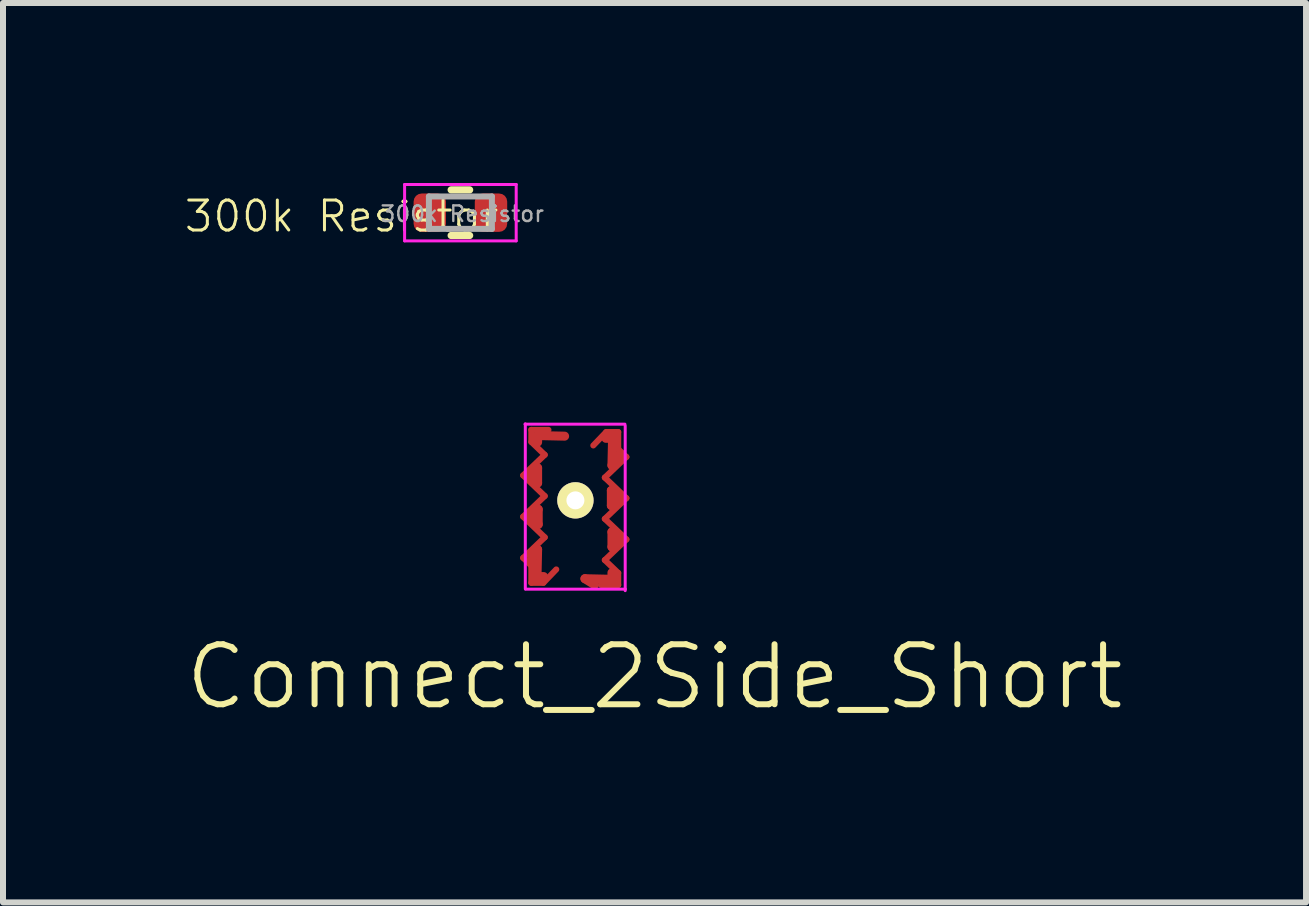
<source format=kicad_pcb>
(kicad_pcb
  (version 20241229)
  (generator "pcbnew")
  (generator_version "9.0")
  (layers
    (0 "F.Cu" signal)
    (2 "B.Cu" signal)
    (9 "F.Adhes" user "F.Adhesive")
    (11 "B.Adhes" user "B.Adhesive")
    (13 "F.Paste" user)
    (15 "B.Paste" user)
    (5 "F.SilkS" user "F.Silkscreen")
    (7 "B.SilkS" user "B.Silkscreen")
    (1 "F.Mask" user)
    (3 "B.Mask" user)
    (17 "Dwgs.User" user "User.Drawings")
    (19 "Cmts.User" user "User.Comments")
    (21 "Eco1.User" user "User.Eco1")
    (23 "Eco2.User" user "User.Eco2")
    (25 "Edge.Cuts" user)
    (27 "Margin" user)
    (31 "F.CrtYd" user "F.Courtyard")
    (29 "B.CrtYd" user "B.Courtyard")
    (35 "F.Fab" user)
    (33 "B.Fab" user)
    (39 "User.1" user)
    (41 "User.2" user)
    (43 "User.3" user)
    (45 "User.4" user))
  (footprint "300k Resistor"
    (layer "F.Cu")
    (at 4.644 0.495)
    (property "Reference" "300k Resistor" (at -2 0.06 0) (unlocked yes) (layer "F.SilkS") (effects (font (size 0.5 0.5) (thickness 0.05))))
    (attr smd)
    (fp_line (start -0.174 -0.38) (end 0.134 -0.38) (stroke (width 0.12) (type solid)) (layer "F.SilkS"))
    (fp_line (start -0.174 0.38) (end 0.134 0.38) (stroke (width 0.12) (type solid)) (layer "F.SilkS"))
    (fp_line (start -0.95 -0.47) (end 0.91 -0.47) (stroke (width 0.05) (type solid)) (layer "F.CrtYd"))
    (fp_line (start -0.95 0.47) (end -0.95 -0.47) (stroke (width 0.05) (type solid)) (layer "F.CrtYd"))
    (fp_line (start 0.91 -0.47) (end 0.91 0.47) (stroke (width 0.05) (type solid)) (layer "F.CrtYd"))
    (fp_line (start 0.91 0.47) (end -0.95 0.47) (stroke (width 0.05) (type solid)) (layer "F.CrtYd"))
    (fp_line (start -0.545 -0.27) (end 0.505 -0.27) (stroke (width 0.1) (type solid)) (layer "F.Fab"))
    (fp_line (start -0.545 0.27) (end -0.545 -0.27) (stroke (width 0.1) (type solid)) (layer "F.Fab"))
    (fp_line (start 0.505 -0.27) (end 0.505 0.27) (stroke (width 0.1) (type solid)) (layer "F.Fab"))
    (fp_line (start 0.505 0.27) (end -0.545 0.27) (stroke (width 0.1) (type solid)) (layer "F.Fab"))
    (fp_text user "${REFERENCE}" (at 0.01 0.02 0) (layer "F.Fab") (effects (font (size 0.26 0.26) (thickness 0.04))))
    (pad "1" smd roundrect (at -0.53 0) (size 0.54 0.64) (layers "F.Cu" "F.Mask" "F.Paste") (roundrect_rratio 0.25))
    (pad "2" smd roundrect (at 0.49 0) (size 0.54 0.64) (layers "F.Cu" "F.Mask" "F.Paste") (roundrect_rratio 0.25)))
  (footprint "Connect_2Side_Short"
    (layer "F.Cu")
    (at 6.531 5.32)
    (property "Reference" "Connect_2Side_Short" (at 1.329 2.911 0) (unlocked yes) (layer "F.SilkS") (effects (font (size 1 1) (thickness 0.1))))
    (attr smd)
    (fp_line (start -0.861 -0.446) (end -0.501 -0.789) (stroke (width 0.1) (type solid)) (layer "F.Cu"))
    (fp_line (start -0.861 0.242) (end -0.501 -0.102) (stroke (width 0.1) (type solid)) (layer "F.Cu"))
    (fp_line (start -0.861 0.929) (end -0.725 1.059) (stroke (width 0.1) (type solid)) (layer "F.Cu"))
    (fp_line (start -0.861 0.929) (end -0.501 0.586) (stroke (width 0.1) (type solid)) (layer "F.Cu"))
    (fp_line (start -0.75 -0.45) (end -0.62 -0.57) (stroke (width 0.15) (type solid)) (layer "F.Cu"))
    (fp_line (start -0.74 0.24) (end -0.61 0.12) (stroke (width 0.15) (type solid)) (layer "F.Cu"))
    (fp_line (start -0.725 1.059) (end -0.725 1.345) (stroke (width 0.1) (type solid)) (layer "F.Cu"))
    (fp_line (start -0.725 -1.205) (end -0.725 -1.004) (stroke (width 0.1) (type solid)) (layer "F.Cu"))
    (fp_line (start -0.725 -1.004) (end -0.501 -0.789) (stroke (width 0.1) (type solid)) (layer "F.Cu"))
    (fp_line (start -0.725 1.345) (end -0.524 1.345) (stroke (width 0.1) (type solid)) (layer "F.Cu"))
    (fp_line (start -0.63 1.24) (end -0.62 0.79) (stroke (width 0.15) (type solid)) (layer "F.Cu"))
    (fp_line (start -0.62 -1.11) (end -0.17 -1.1) (stroke (width 0.15) (type solid)) (layer "F.Cu"))
    (fp_line (start -0.62 -1) (end -0.62 -1.11) (stroke (width 0.15) (type solid)) (layer "F.Cu"))
    (fp_line (start -0.62 -0.57) (end -0.62 -0.32) (stroke (width 0.15) (type solid)) (layer "F.Cu"))
    (fp_line (start -0.62 -0.32) (end -0.75 -0.45) (stroke (width 0.15) (type solid)) (layer "F.Cu"))
    (fp_line (start -0.62 0.79) (end -0.72 0.95) (stroke (width 0.15) (type solid)) (layer "F.Cu"))
    (fp_line (start -0.61 0.12) (end -0.61 0.37) (stroke (width 0.15) (type solid)) (layer "F.Cu"))
    (fp_line (start -0.61 0.37) (end -0.74 0.24) (stroke (width 0.15) (type solid)) (layer "F.Cu"))
    (fp_line (start -0.524 1.345) (end -0.309 1.121) (stroke (width 0.1) (type solid)) (layer "F.Cu"))
    (fp_line (start -0.52 1.24) (end -0.63 1.24) (stroke (width 0.15) (type solid)) (layer "F.Cu"))
    (fp_line (start -0.501 -0.102) (end -0.861 -0.446) (stroke (width 0.1) (type solid)) (layer "F.Cu"))
    (fp_line (start -0.501 0.586) (end -0.861 0.242) (stroke (width 0.1) (type solid)) (layer "F.Cu"))
    (fp_line (start -0.439 -1.205) (end -0.725 -1.205) (stroke (width 0.1) (type solid)) (layer "F.Cu"))
    (fp_line (start 0.169 1.276) (end 0.329 1.376) (stroke (width 0.15) (type solid)) (layer "F.Cu"))
    (fp_line (start 0.438 1.381) (end 0.724 1.381) (stroke (width 0.1) (type solid)) (layer "F.Cu"))
    (fp_line (start 0.5 -0.41) (end 0.86 -0.066) (stroke (width 0.1) (type solid)) (layer "F.Cu"))
    (fp_line (start 0.5 0.278) (end 0.86 0.621) (stroke (width 0.1) (type solid)) (layer "F.Cu"))
    (fp_line (start 0.519 -1.064) (end 0.629 -1.064) (stroke (width 0.15) (type solid)) (layer "F.Cu"))
    (fp_line (start 0.523 -1.169) (end 0.308 -0.945) (stroke (width 0.1) (type solid)) (layer "F.Cu"))
    (fp_line (start 0.609 -0.194) (end 0.739 -0.064) (stroke (width 0.15) (type solid)) (layer "F.Cu"))
    (fp_line (start 0.609 0.056) (end 0.609 -0.194) (stroke (width 0.15) (type solid)) (layer "F.Cu"))
    (fp_line (start 0.619 -0.614) (end 0.719 -0.774) (stroke (width 0.15) (type solid)) (layer "F.Cu"))
    (fp_line (start 0.619 0.496) (end 0.749 0.626) (stroke (width 0.15) (type solid)) (layer "F.Cu"))
    (fp_line (start 0.619 0.746) (end 0.619 0.496) (stroke (width 0.15) (type solid)) (layer "F.Cu"))
    (fp_line (start 0.619 1.176) (end 0.619 1.286) (stroke (width 0.15) (type solid)) (layer "F.Cu"))
    (fp_line (start 0.619 1.286) (end 0.169 1.276) (stroke (width 0.15) (type solid)) (layer "F.Cu"))
    (fp_line (start 0.629 -1.064) (end 0.619 -0.614) (stroke (width 0.15) (type solid)) (layer "F.Cu"))
    (fp_line (start 0.724 -1.169) (end 0.523 -1.169) (stroke (width 0.1) (type solid)) (layer "F.Cu"))
    (fp_line (start 0.724 1.18) (end 0.5 0.965) (stroke (width 0.1) (type solid)) (layer "F.Cu"))
    (fp_line (start 0.724 1.381) (end 0.724 1.18) (stroke (width 0.1) (type solid)) (layer "F.Cu"))
    (fp_line (start 0.724 -0.883) (end 0.724 -1.169) (stroke (width 0.1) (type solid)) (layer "F.Cu"))
    (fp_line (start 0.739 -0.064) (end 0.609 0.056) (stroke (width 0.15) (type solid)) (layer "F.Cu"))
    (fp_line (start 0.749 0.626) (end 0.619 0.746) (stroke (width 0.15) (type solid)) (layer "F.Cu"))
    (fp_line (start 0.86 -0.754) (end 0.5 -0.41) (stroke (width 0.1) (type solid)) (layer "F.Cu"))
    (fp_line (start 0.86 -0.753) (end 0.724 -0.883) (stroke (width 0.1) (type solid)) (layer "F.Cu"))
    (fp_line (start 0.86 -0.066) (end 0.5 0.278) (stroke (width 0.1) (type solid)) (layer "F.Cu"))
    (fp_line (start 0.86 0.621) (end 0.5 0.965) (stroke (width 0.1) (type solid)) (layer "F.Cu"))
    (fp_line (start -0.83 -1.3) (end 0.835 -1.3) (stroke (width 0.05) (type solid)) (layer "F.CrtYd"))
    (fp_line (start -0.825 -1.305) (end -0.825 1.445) (stroke (width 0.05) (type solid)) (layer "F.CrtYd"))
    (fp_line (start -0.823 1.45) (end 0.843 1.45) (stroke (width 0.05) (type solid)) (layer "F.CrtYd"))
    (fp_line (start 0.84 -1.275) (end 0.84 1.475) (stroke (width 0.05) (type solid)) (layer "F.CrtYd"))
    (pad "1" thru_hole circle (at 0.01 -0.03 180) (size 0.605 0.605) (drill 0.3) (layers "*.Cu" "*.Mask" "F.SilkS")))
  (gr_rect
    (start -3 -3)
    (end 18.719 11.991)
    (stroke (width 0.1) (type default))
    (fill no)
    (layer "Edge.Cuts")))
</source>
